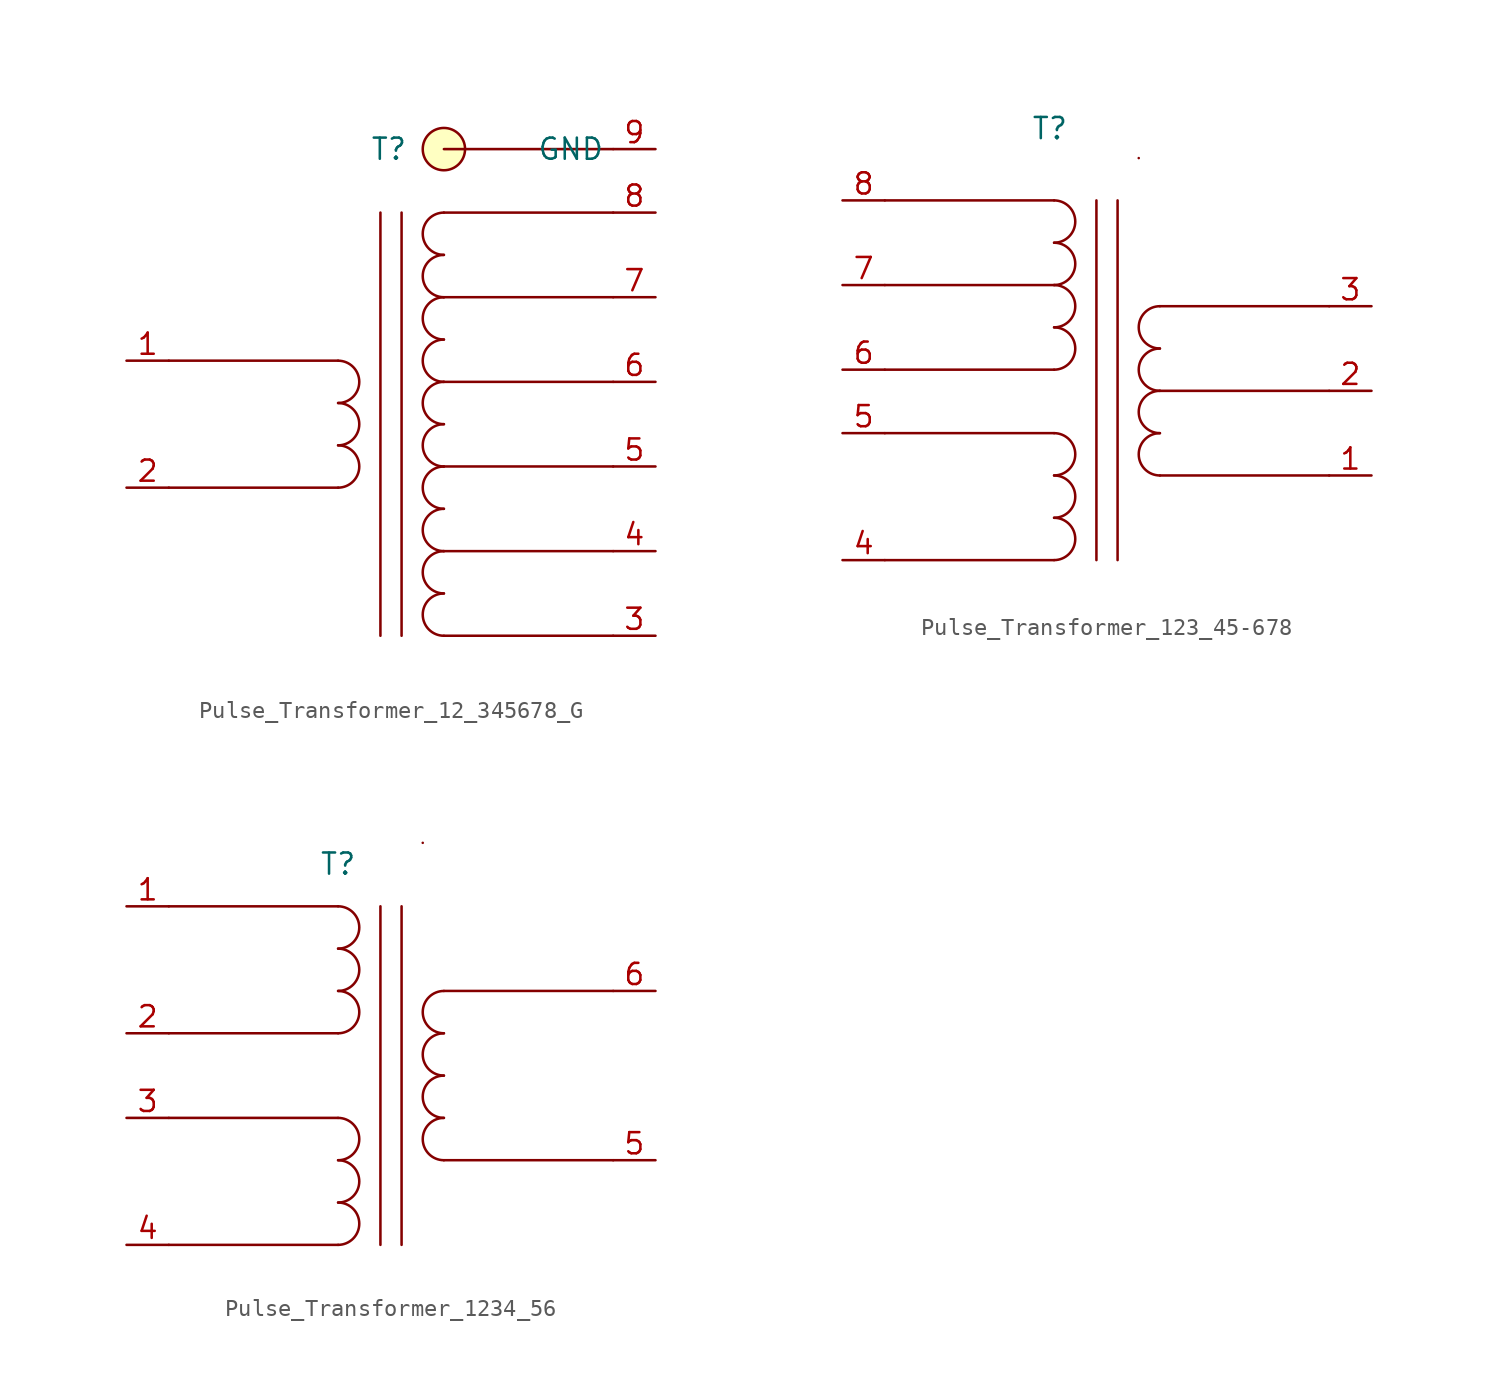
<source format=kicad_sym>
(kicad_symbol_lib
  (version 20241209)
  (generator "kicad_symbol_editor")
  (generator_version "9.0")
  (symbol "Pulse_Transformer_12_345678_G"
    (property "Reference" "T"
      (at -0.762 15.24 0)
      (effects (font (size 1.27 1.27))))
    (property "Value" ""
      (at 0 0 0)
      (effects (font (size 1.27 1.27))))
    (symbol "Pulse_Transformer_12_345678_G_0_1"
      (polyline (pts (xy -13.97 2.54) (xy -3.81 2.54)) (stroke (width 0) (type default)) (fill (type none)))
      (polyline (pts (xy -13.97 -5.08) (xy -3.81 -5.08)) (stroke (width 0) (type default)) (fill (type none)))
      (arc (start -3.81 2.54) (mid -2.54 1.27) (end -3.81 0) (stroke (width 0) (type default)) (fill (type none)))
      (arc (start -3.81 0) (mid -2.54 -1.27) (end -3.81 -2.54) (stroke (width 0) (type default)) (fill (type none)))
      (arc (start -3.81 -2.54) (mid -2.54 -3.81) (end -3.81 -5.08) (stroke (width 0) (type default)) (fill (type none)))
      (polyline (pts (xy -1.27 11.43) (xy -1.27 -13.97)) (stroke (width 0) (type default)) (fill (type none)))
      (polyline (pts (xy 0 11.43) (xy 0 -13.97)) (stroke (width 0) (type default)) (fill (type none)))
      (polyline (pts (xy 2.54 11.43) (xy 12.7 11.43)) (stroke (width 0) (type default)) (fill (type none)))
      (arc (start 2.54 8.89) (mid 1.27 10.16) (end 2.54 11.43) (stroke (width 0) (type default)) (fill (type none)))
      (arc (start 2.54 6.35) (mid 1.27 7.62) (end 2.54 8.89) (stroke (width 0) (type default)) (fill (type none)))
      (polyline (pts (xy 2.54 6.35) (xy 12.7 6.35)) (stroke (width 0) (type default)) (fill (type none)))
      (arc (start 2.54 3.81) (mid 1.27 5.08) (end 2.54 6.35) (stroke (width 0) (type default)) (fill (type none)))
      (arc (start 2.54 1.27) (mid 1.27 2.54) (end 2.54 3.81) (stroke (width 0) (type default)) (fill (type none)))
      (polyline (pts (xy 2.54 1.27) (xy 12.7 1.27)) (stroke (width 0) (type default)) (fill (type none)))
      (arc (start 2.54 -1.27) (mid 1.27 0) (end 2.54 1.27) (stroke (width 0) (type default)) (fill (type none)))
      (arc (start 2.54 -3.81) (mid 1.27 -2.54) (end 2.54 -1.27) (stroke (width 0) (type default)) (fill (type none)))
      (polyline (pts (xy 2.54 -3.81) (xy 12.7 -3.81)) (stroke (width 0) (type default)) (fill (type none)))
      (arc (start 2.54 -6.35) (mid 1.27 -5.08) (end 2.54 -3.81) (stroke (width 0) (type default)) (fill (type none)))
      (arc (start 2.54 -8.89) (mid 1.27 -7.62) (end 2.54 -6.35) (stroke (width 0) (type default)) (fill (type none)))
      (polyline (pts (xy 2.54 -8.89) (xy 12.7 -8.89)) (stroke (width 0) (type default)) (fill (type none)))
      (arc (start 2.54 -11.43) (mid 1.27 -10.16) (end 2.54 -8.89) (stroke (width 0) (type default)) (fill (type none)))
      (arc (start 2.54 -13.97) (mid 1.27 -12.7) (end 2.54 -11.43) (stroke (width 0) (type default)) (fill (type none)))
      (polyline (pts (xy 2.54 -13.97) (xy 12.7 -13.97)) (stroke (width 0) (type default)) (fill (type none))))
    (symbol "Pulse_Transformer_12_345678_G_1_1"
      (polyline (pts (xy 2.54 15.24) (xy 12.7 15.24)) (stroke (width 0) (type default)) (fill (type none)))
      (circle (center 2.54 15.24) (radius 1.27) (stroke (width 0) (type default)) (fill (type background)))
      (pin input line (at -16.51 2.54 0) (length 2.54) (name "" (effects (font (size 1.27 1.27)))) (number "1" (effects (font (size 1.27 1.27)))))
      (pin input line (at -16.51 -5.08 0) (length 2.54) (name "" (effects (font (size 1.27 1.27)))) (number "2" (effects (font (size 1.27 1.27)))))
      (pin passive line (at 15.24 15.24 180) (length 2.54) (name "GND" (effects (font (size 1.27 1.27)))) (number "9" (effects (font (size 1.27 1.27)))))
      (pin output line (at 15.24 11.43 180) (length 2.54) (name "" (effects (font (size 1.27 1.27)))) (number "8" (effects (font (size 1.27 1.27)))))
      (pin output line (at 15.24 6.35 180) (length 2.54) (name "" (effects (font (size 1.27 1.27)))) (number "7" (effects (font (size 1.27 1.27)))))
      (pin output line (at 15.24 1.27 180) (length 2.54) (name "" (effects (font (size 1.27 1.27)))) (number "6" (effects (font (size 1.27 1.27)))))
      (pin output line (at 15.24 -3.81 180) (length 2.54) (name "" (effects (font (size 1.27 1.27)))) (number "5" (effects (font (size 1.27 1.27)))))
      (pin output line (at 15.24 -8.89 180) (length 2.54) (name "" (effects (font (size 1.27 1.27)))) (number "4" (effects (font (size 1.27 1.27)))))
      (pin output line (at 15.24 -13.97 180) (length 2.54) (name "" (effects (font (size 1.27 1.27)))) (number "3" (effects (font (size 1.27 1.27)))))))
  (symbol "Pulse_Transformer_123_45-678"
    (property "Reference" "T"
      (at -4.064 10.668 0)
      (effects (font (size 1.27 1.27))))
    (property "Value" ""
      (at 0 0 0)
      (effects (font (size 1.27 1.27))))
    (symbol "Pulse_Transformer_123_45-678_0_1"
      (polyline (pts (xy -13.97 6.35) (xy -3.81 6.35)) (stroke (width 0) (type default)) (fill (type none)))
      (polyline (pts (xy -13.97 1.27) (xy -3.81 1.27)) (stroke (width 0) (type default)) (fill (type none)))
      (polyline (pts (xy -13.97 -3.81) (xy -3.81 -3.81)) (stroke (width 0) (type default)) (fill (type none)))
      (polyline (pts (xy -13.97 -7.62) (xy -3.81 -7.62)) (stroke (width 0) (type default)) (fill (type none)))
      (polyline (pts (xy -13.97 -15.24) (xy -3.81 -15.24)) (stroke (width 0) (type default)) (fill (type none)))
      (arc (start -3.81 6.35) (mid -2.54 5.08) (end -3.81 3.81) (stroke (width 0) (type default)) (fill (type none)))
      (arc (start -3.81 3.81) (mid -2.54 2.54) (end -3.81 1.27) (stroke (width 0) (type default)) (fill (type none)))
      (arc (start -3.81 1.27) (mid -2.54 0) (end -3.81 -1.27) (stroke (width 0) (type default)) (fill (type none)))
      (arc (start -3.81 -1.27) (mid -2.54 -2.54) (end -3.81 -3.81) (stroke (width 0) (type default)) (fill (type none)))
      (arc (start -3.81 -7.62) (mid -2.54 -8.89) (end -3.81 -10.16) (stroke (width 0) (type default)) (fill (type none)))
      (arc (start -3.81 -10.16) (mid -2.54 -11.43) (end -3.81 -12.7) (stroke (width 0) (type default)) (fill (type none)))
      (arc (start -3.81 -12.7) (mid -2.54 -13.97) (end -3.81 -15.24) (stroke (width 0) (type default)) (fill (type none)))
      (polyline (pts (xy -1.27 6.35) (xy -1.27 -15.24)) (stroke (width 0) (type default)) (fill (type none)))
      (polyline (pts (xy 0 6.35) (xy 0 -15.24)) (stroke (width 0) (type default)) (fill (type none)))
      (polyline (pts (xy 1.27 8.89) (xy 1.27 8.89)) (stroke (width 0) (type default)) (fill (type none)))
      (polyline (pts (xy 2.54 0) (xy 12.7 0)) (stroke (width 0) (type default)) (fill (type none)))
      (arc (start 2.54 -2.54) (mid 1.27 -1.27) (end 2.54 0) (stroke (width 0) (type default)) (fill (type none)))
      (arc (start 2.54 -5.08) (mid 1.27 -3.81) (end 2.54 -2.54) (stroke (width 0) (type default)) (fill (type none)))
      (polyline (pts (xy 2.54 -5.08) (xy 12.7 -5.08)) (stroke (width 0) (type default)) (fill (type none)))
      (arc (start 2.54 -7.62) (mid 1.27 -6.35) (end 2.54 -5.08) (stroke (width 0) (type default)) (fill (type none)))
      (arc (start 2.54 -10.16) (mid 1.27 -8.89) (end 2.54 -7.62) (stroke (width 0) (type default)) (fill (type none)))
      (polyline (pts (xy 2.54 -10.16) (xy 12.7 -10.16)) (stroke (width 0) (type default)) (fill (type none))))
    (symbol "Pulse_Transformer_123_45-678_1_1"
      (pin input line (at -16.51 6.35 0) (length 2.54) (name "" (effects (font (size 1.27 1.27)))) (number "8" (effects (font (size 1.27 1.27)))))
      (pin input line (at -16.51 1.27 0) (length 2.54) (name "" (effects (font (size 1.27 1.27)))) (number "7" (effects (font (size 1.27 1.27)))))
      (pin input line (at -16.51 -3.81 0) (length 2.54) (name "" (effects (font (size 1.27 1.27)))) (number "6" (effects (font (size 1.27 1.27)))))
      (pin input line (at -16.51 -7.62 0) (length 2.54) (name "" (effects (font (size 1.27 1.27)))) (number "5" (effects (font (size 1.27 1.27)))))
      (pin input line (at -16.51 -15.24 0) (length 2.54) (name "" (effects (font (size 1.27 1.27)))) (number "4" (effects (font (size 1.27 1.27)))))
      (pin output line (at 15.24 0 180) (length 2.54) (name "" (effects (font (size 1.27 1.27)))) (number "3" (effects (font (size 1.27 1.27)))))
      (pin output line (at 15.24 -5.08 180) (length 2.54) (name "" (effects (font (size 1.27 1.27)))) (number "2" (effects (font (size 1.27 1.27)))))
      (pin output line (at 15.24 -10.16 180) (length 2.54) (name "" (effects (font (size 1.27 1.27)))) (number "1" (effects (font (size 1.27 1.27)))))))
  (symbol "Pulse_Transformer_1234_56"
    (property "Reference" "T"
      (at -2.54 12.7 0)
      (effects (font (size 1.27 1.27))))
    (property "Value" ""
      (at 0 0 0)
      (effects (font (size 1.27 1.27))))
    (symbol "Pulse_Transformer_1234_56_0_1"
      (polyline (pts (xy -12.7 10.16) (xy -2.54 10.16)) (stroke (width 0) (type default)) (fill (type none)))
      (polyline (pts (xy -12.7 2.54) (xy -2.54 2.54)) (stroke (width 0) (type default)) (fill (type none)))
      (polyline (pts (xy -12.7 -2.54) (xy -2.54 -2.54)) (stroke (width 0) (type default)) (fill (type none)))
      (polyline (pts (xy -12.7 -10.16) (xy -2.54 -10.16)) (stroke (width 0) (type default)) (fill (type none)))
      (arc (start -2.54 10.16) (mid -1.27 8.89) (end -2.54 7.62) (stroke (width 0) (type default)) (fill (type none)))
      (arc (start -2.54 7.62) (mid -1.27 6.35) (end -2.54 5.08) (stroke (width 0) (type default)) (fill (type none)))
      (arc (start -2.54 5.08) (mid -1.27 3.81) (end -2.54 2.54) (stroke (width 0) (type default)) (fill (type none)))
      (arc (start -2.54 -2.54) (mid -1.27 -3.81) (end -2.54 -5.08) (stroke (width 0) (type default)) (fill (type none)))
      (arc (start -2.54 -5.08) (mid -1.27 -6.35) (end -2.54 -7.62) (stroke (width 0) (type default)) (fill (type none)))
      (arc (start -2.54 -7.62) (mid -1.27 -8.89) (end -2.54 -10.16) (stroke (width 0) (type default)) (fill (type none)))
      (polyline (pts (xy 0 10.16) (xy 0 -10.16)) (stroke (width 0) (type default)) (fill (type none)))
      (polyline (pts (xy 1.27 10.16) (xy 1.27 -10.16)) (stroke (width 0) (type default)) (fill (type none)))
      (polyline (pts (xy 2.54 13.97) (xy 2.54 13.97)) (stroke (width 0) (type default)) (fill (type none)))
      (polyline (pts (xy 3.81 5.08) (xy 13.97 5.08)) (stroke (width 0) (type default)) (fill (type none)))
      (arc (start 3.81 2.54) (mid 2.54 3.81) (end 3.81 5.08) (stroke (width 0) (type default)) (fill (type none)))
      (arc (start 3.81 0) (mid 2.54 1.27) (end 3.81 2.54) (stroke (width 0) (type default)) (fill (type none)))
      (arc (start 3.81 -2.54) (mid 2.54 -1.27) (end 3.81 0) (stroke (width 0) (type default)) (fill (type none)))
      (arc (start 3.81 -5.08) (mid 2.54 -3.81) (end 3.81 -2.54) (stroke (width 0) (type default)) (fill (type none)))
      (polyline (pts (xy 3.81 -5.08) (xy 13.97 -5.08)) (stroke (width 0) (type default)) (fill (type none))))
    (symbol "Pulse_Transformer_1234_56_1_1"
      (pin input line (at -15.24 10.16 0) (length 2.54) (name "" (effects (font (size 1.27 1.27)))) (number "1" (effects (font (size 1.27 1.27)))))
      (pin input line (at -15.24 2.54 0) (length 2.54) (name "" (effects (font (size 1.27 1.27)))) (number "2" (effects (font (size 1.27 1.27)))))
      (pin input line (at -15.24 -2.54 0) (length 2.54) (name "" (effects (font (size 1.27 1.27)))) (number "3" (effects (font (size 1.27 1.27)))))
      (pin input line (at -15.24 -10.16 0) (length 2.54) (name "" (effects (font (size 1.27 1.27)))) (number "4" (effects (font (size 1.27 1.27)))))
      (pin output line (at 16.51 5.08 180) (length 2.54) (name "" (effects (font (size 1.27 1.27)))) (number "6" (effects (font (size 1.27 1.27)))))
      (pin output line (at 16.51 -5.08 180) (length 2.54) (name "" (effects (font (size 1.27 1.27)))) (number "5" (effects (font (size 1.27 1.27))))))))
</source>
